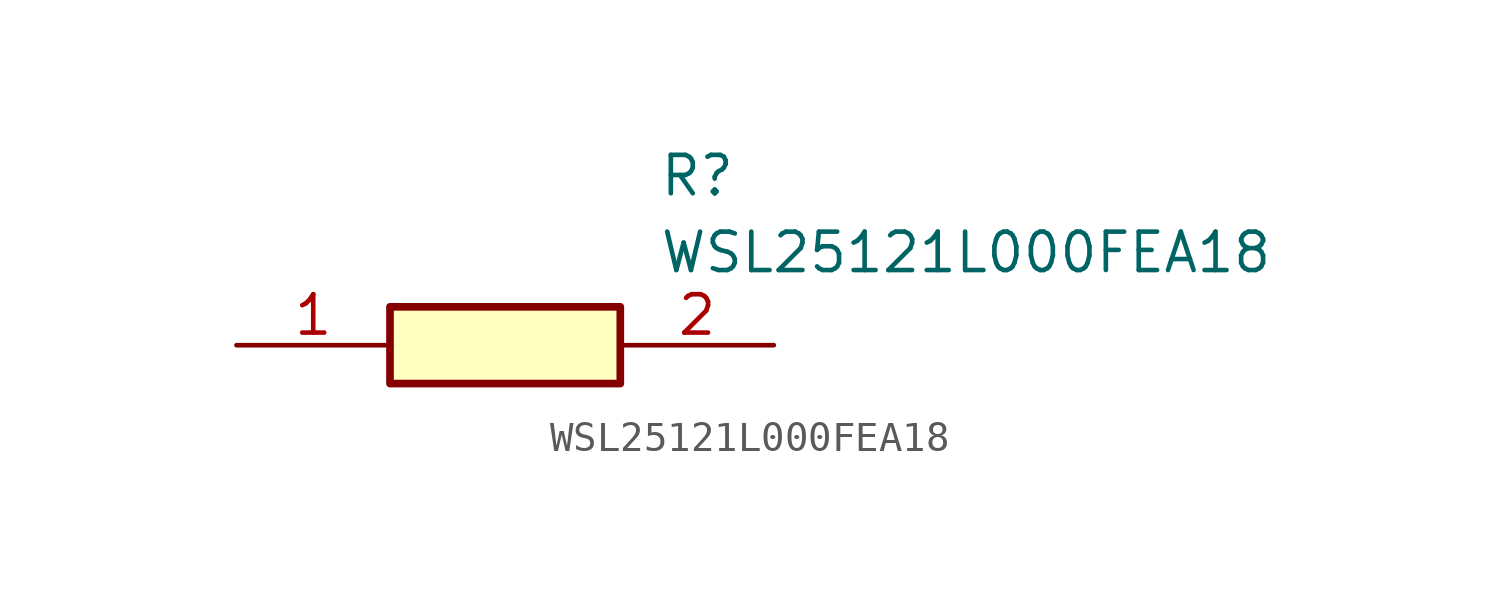
<source format=kicad_sym>
(kicad_symbol_lib
  (version 20211014)
  (generator SamacSys_ECAD_Model)
  (symbol "WSL25121L000FEA18"
    (pin_names hide)
    (property "Reference" "R"
      (at 13.97 6.35 0)
      (effects (font (size 1.27 1.27)) (justify left top)))
    (property "Value" "WSL25121L000FEA18"
      (at 13.97 3.81 0)
      (effects (font (size 1.27 1.27)) (justify left top)))
    (rectangle
      (start 5.08 1.27)
      (end 12.7 -1.27)
      (stroke (width 0.254) (type default))
      (fill (type background)))
    (pin passive line
      (at 0 0 0)
      (length 5.08)
      (name "1" (effects (font (size 1.27 1.27))))
      (number "1" (effects (font (size 1.27 1.27)))))
    (pin passive line
      (at 17.78 0 180)
      (length 5.08)
      (name "2" (effects (font (size 1.27 1.27))))
      (number "2" (effects (font (size 1.27 1.27)))))))
</source>
